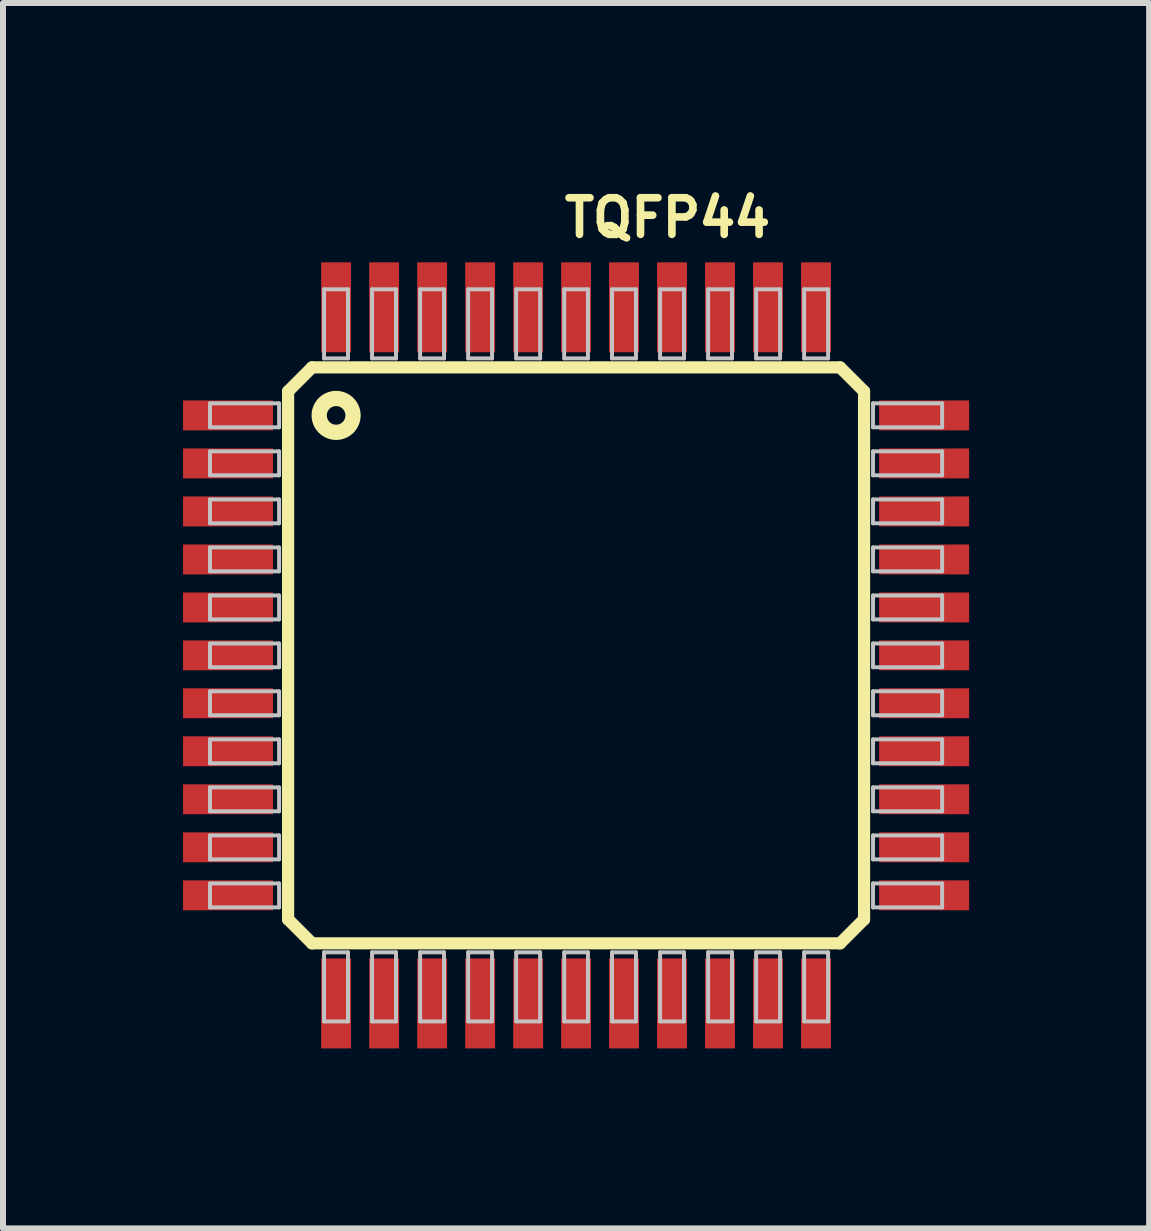
<source format=kicad_pcb>
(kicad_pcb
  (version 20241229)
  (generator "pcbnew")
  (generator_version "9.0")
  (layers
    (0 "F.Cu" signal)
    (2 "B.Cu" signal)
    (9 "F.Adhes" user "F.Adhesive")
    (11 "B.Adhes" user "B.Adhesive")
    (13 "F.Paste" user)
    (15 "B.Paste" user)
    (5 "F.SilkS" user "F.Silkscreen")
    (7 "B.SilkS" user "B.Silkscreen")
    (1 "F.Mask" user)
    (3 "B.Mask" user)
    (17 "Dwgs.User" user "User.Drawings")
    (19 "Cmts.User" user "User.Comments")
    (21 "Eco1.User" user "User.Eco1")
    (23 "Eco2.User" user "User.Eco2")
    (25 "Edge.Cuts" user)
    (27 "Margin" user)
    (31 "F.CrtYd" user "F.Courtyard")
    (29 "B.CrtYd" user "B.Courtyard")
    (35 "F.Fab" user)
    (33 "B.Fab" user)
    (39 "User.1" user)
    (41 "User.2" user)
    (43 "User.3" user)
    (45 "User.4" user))
  (footprint "TQFP44"
    (layer "F.Cu")
    (at 6.548 7.869)
    (property "Reference" "TQFP44" (at 1.524 -7.29 0) (layer "F.SilkS") (effects (font (size 0.61 0.61) (thickness 0.127))))
    (attr smd)
    (fp_line (start -4.798 -4.399) (end -4.399 -4.798) (stroke (width 0.203) (type solid)) (layer "F.SilkS"))
    (fp_line (start -4.798 4.399) (end -4.798 -4.399) (stroke (width 0.203) (type solid)) (layer "F.SilkS"))
    (fp_line (start -4.399 -4.798) (end 4.399 -4.798) (stroke (width 0.203) (type solid)) (layer "F.SilkS"))
    (fp_line (start -4.399 4.798) (end -4.798 4.399) (stroke (width 0.203) (type solid)) (layer "F.SilkS"))
    (fp_line (start 4.399 -4.798) (end 4.798 -4.399) (stroke (width 0.203) (type solid)) (layer "F.SilkS"))
    (fp_line (start 4.399 4.798) (end -4.399 4.798) (stroke (width 0.203) (type solid)) (layer "F.SilkS"))
    (fp_line (start 4.798 -4.399) (end 4.798 4.399) (stroke (width 0.203) (type solid)) (layer "F.SilkS"))
    (fp_line (start 4.798 4.399) (end 4.399 4.798) (stroke (width 0.203) (type solid)) (layer "F.SilkS"))
    (fp_circle (center -3.998 -3.998) (end -3.998 -4.28) (stroke (width 0.254) (type solid)) (fill no) (layer "F.SilkS"))
    (fp_line (start -6.099 -4.199) (end -4.948 -4.199) (stroke (width 0.066) (type solid)) (layer "Dwgs.User"))
    (fp_line (start -6.099 -3.8) (end -6.099 -4.199) (stroke (width 0.066) (type solid)) (layer "Dwgs.User"))
    (fp_line (start -6.099 -3.8) (end -4.948 -3.8) (stroke (width 0.066) (type solid)) (layer "Dwgs.User"))
    (fp_line (start -6.099 -3.399) (end -4.948 -3.399) (stroke (width 0.066) (type solid)) (layer "Dwgs.User"))
    (fp_line (start -6.099 -3) (end -6.099 -3.399) (stroke (width 0.066) (type solid)) (layer "Dwgs.User"))
    (fp_line (start -6.099 -3) (end -4.948 -3) (stroke (width 0.066) (type solid)) (layer "Dwgs.User"))
    (fp_line (start -6.099 -2.598) (end -4.948 -2.598) (stroke (width 0.066) (type solid)) (layer "Dwgs.User"))
    (fp_line (start -6.099 -2.2) (end -6.099 -2.598) (stroke (width 0.066) (type solid)) (layer "Dwgs.User"))
    (fp_line (start -6.099 -2.2) (end -4.948 -2.2) (stroke (width 0.066) (type solid)) (layer "Dwgs.User"))
    (fp_line (start -6.099 -1.798) (end -4.948 -1.798) (stroke (width 0.066) (type solid)) (layer "Dwgs.User"))
    (fp_line (start -6.099 -1.4) (end -6.099 -1.798) (stroke (width 0.066) (type solid)) (layer "Dwgs.User"))
    (fp_line (start -6.099 -1.4) (end -4.948 -1.4) (stroke (width 0.066) (type solid)) (layer "Dwgs.User"))
    (fp_line (start -6.099 -0.998) (end -4.948 -0.998) (stroke (width 0.066) (type solid)) (layer "Dwgs.User"))
    (fp_line (start -6.099 -0.599) (end -6.099 -0.998) (stroke (width 0.066) (type solid)) (layer "Dwgs.User"))
    (fp_line (start -6.099 -0.599) (end -4.948 -0.599) (stroke (width 0.066) (type solid)) (layer "Dwgs.User"))
    (fp_line (start -6.099 -0.198) (end -4.948 -0.198) (stroke (width 0.066) (type solid)) (layer "Dwgs.User"))
    (fp_line (start -6.099 0.198) (end -6.099 -0.198) (stroke (width 0.066) (type solid)) (layer "Dwgs.User"))
    (fp_line (start -6.099 0.198) (end -4.948 0.198) (stroke (width 0.066) (type solid)) (layer "Dwgs.User"))
    (fp_line (start -6.099 0.599) (end -4.948 0.599) (stroke (width 0.066) (type solid)) (layer "Dwgs.User"))
    (fp_line (start -6.099 0.998) (end -6.099 0.599) (stroke (width 0.066) (type solid)) (layer "Dwgs.User"))
    (fp_line (start -6.099 0.998) (end -4.948 0.998) (stroke (width 0.066) (type solid)) (layer "Dwgs.User"))
    (fp_line (start -6.099 1.4) (end -4.948 1.4) (stroke (width 0.066) (type solid)) (layer "Dwgs.User"))
    (fp_line (start -6.099 1.798) (end -6.099 1.4) (stroke (width 0.066) (type solid)) (layer "Dwgs.User"))
    (fp_line (start -6.099 1.798) (end -4.948 1.798) (stroke (width 0.066) (type solid)) (layer "Dwgs.User"))
    (fp_line (start -6.099 2.2) (end -4.948 2.2) (stroke (width 0.066) (type solid)) (layer "Dwgs.User"))
    (fp_line (start -6.099 2.598) (end -6.099 2.2) (stroke (width 0.066) (type solid)) (layer "Dwgs.User"))
    (fp_line (start -6.099 2.598) (end -4.948 2.598) (stroke (width 0.066) (type solid)) (layer "Dwgs.User"))
    (fp_line (start -6.099 3) (end -4.948 3) (stroke (width 0.066) (type solid)) (layer "Dwgs.User"))
    (fp_line (start -6.099 3.399) (end -6.099 3) (stroke (width 0.066) (type solid)) (layer "Dwgs.User"))
    (fp_line (start -6.099 3.399) (end -4.948 3.399) (stroke (width 0.066) (type solid)) (layer "Dwgs.User"))
    (fp_line (start -6.099 3.8) (end -4.948 3.8) (stroke (width 0.066) (type solid)) (layer "Dwgs.User"))
    (fp_line (start -6.099 4.199) (end -6.099 3.8) (stroke (width 0.066) (type solid)) (layer "Dwgs.User"))
    (fp_line (start -6.099 4.199) (end -4.948 4.199) (stroke (width 0.066) (type solid)) (layer "Dwgs.User"))
    (fp_line (start -4.948 -3.8) (end -4.948 -4.199) (stroke (width 0.066) (type solid)) (layer "Dwgs.User"))
    (fp_line (start -4.948 -3) (end -4.948 -3.399) (stroke (width 0.066) (type solid)) (layer "Dwgs.User"))
    (fp_line (start -4.948 -2.2) (end -4.948 -2.598) (stroke (width 0.066) (type solid)) (layer "Dwgs.User"))
    (fp_line (start -4.948 -1.4) (end -4.948 -1.798) (stroke (width 0.066) (type solid)) (layer "Dwgs.User"))
    (fp_line (start -4.948 -0.599) (end -4.948 -0.998) (stroke (width 0.066) (type solid)) (layer "Dwgs.User"))
    (fp_line (start -4.948 0.198) (end -4.948 -0.198) (stroke (width 0.066) (type solid)) (layer "Dwgs.User"))
    (fp_line (start -4.948 0.998) (end -4.948 0.599) (stroke (width 0.066) (type solid)) (layer "Dwgs.User"))
    (fp_line (start -4.948 1.798) (end -4.948 1.4) (stroke (width 0.066) (type solid)) (layer "Dwgs.User"))
    (fp_line (start -4.948 2.598) (end -4.948 2.2) (stroke (width 0.066) (type solid)) (layer "Dwgs.User"))
    (fp_line (start -4.948 3.399) (end -4.948 3) (stroke (width 0.066) (type solid)) (layer "Dwgs.User"))
    (fp_line (start -4.948 4.199) (end -4.948 3.8) (stroke (width 0.066) (type solid)) (layer "Dwgs.User"))
    (fp_line (start -4.199 -6.099) (end -3.8 -6.099) (stroke (width 0.066) (type solid)) (layer "Dwgs.User"))
    (fp_line (start -4.199 -4.948) (end -4.199 -6.099) (stroke (width 0.066) (type solid)) (layer "Dwgs.User"))
    (fp_line (start -4.199 -4.948) (end -3.8 -4.948) (stroke (width 0.066) (type solid)) (layer "Dwgs.User"))
    (fp_line (start -4.199 4.948) (end -3.8 4.948) (stroke (width 0.066) (type solid)) (layer "Dwgs.User"))
    (fp_line (start -4.199 6.099) (end -4.199 4.948) (stroke (width 0.066) (type solid)) (layer "Dwgs.User"))
    (fp_line (start -4.199 6.099) (end -3.8 6.099) (stroke (width 0.066) (type solid)) (layer "Dwgs.User"))
    (fp_line (start -3.8 -4.948) (end -3.8 -6.099) (stroke (width 0.066) (type solid)) (layer "Dwgs.User"))
    (fp_line (start -3.8 6.099) (end -3.8 4.948) (stroke (width 0.066) (type solid)) (layer "Dwgs.User"))
    (fp_line (start -3.399 -6.099) (end -3 -6.099) (stroke (width 0.066) (type solid)) (layer "Dwgs.User"))
    (fp_line (start -3.399 -4.948) (end -3.399 -6.099) (stroke (width 0.066) (type solid)) (layer "Dwgs.User"))
    (fp_line (start -3.399 -4.948) (end -3 -4.948) (stroke (width 0.066) (type solid)) (layer "Dwgs.User"))
    (fp_line (start -3.399 4.948) (end -3 4.948) (stroke (width 0.066) (type solid)) (layer "Dwgs.User"))
    (fp_line (start -3.399 6.099) (end -3.399 4.948) (stroke (width 0.066) (type solid)) (layer "Dwgs.User"))
    (fp_line (start -3.399 6.099) (end -3 6.099) (stroke (width 0.066) (type solid)) (layer "Dwgs.User"))
    (fp_line (start -3 -4.948) (end -3 -6.099) (stroke (width 0.066) (type solid)) (layer "Dwgs.User"))
    (fp_line (start -3 6.099) (end -3 4.948) (stroke (width 0.066) (type solid)) (layer "Dwgs.User"))
    (fp_line (start -2.598 -6.099) (end -2.2 -6.099) (stroke (width 0.066) (type solid)) (layer "Dwgs.User"))
    (fp_line (start -2.598 -4.948) (end -2.598 -6.099) (stroke (width 0.066) (type solid)) (layer "Dwgs.User"))
    (fp_line (start -2.598 -4.948) (end -2.2 -4.948) (stroke (width 0.066) (type solid)) (layer "Dwgs.User"))
    (fp_line (start -2.598 4.948) (end -2.2 4.948) (stroke (width 0.066) (type solid)) (layer "Dwgs.User"))
    (fp_line (start -2.598 6.099) (end -2.598 4.948) (stroke (width 0.066) (type solid)) (layer "Dwgs.User"))
    (fp_line (start -2.598 6.099) (end -2.2 6.099) (stroke (width 0.066) (type solid)) (layer "Dwgs.User"))
    (fp_line (start -2.2 -4.948) (end -2.2 -6.099) (stroke (width 0.066) (type solid)) (layer "Dwgs.User"))
    (fp_line (start -2.2 6.099) (end -2.2 4.948) (stroke (width 0.066) (type solid)) (layer "Dwgs.User"))
    (fp_line (start -1.798 -6.099) (end -1.4 -6.099) (stroke (width 0.066) (type solid)) (layer "Dwgs.User"))
    (fp_line (start -1.798 -4.948) (end -1.798 -6.099) (stroke (width 0.066) (type solid)) (layer "Dwgs.User"))
    (fp_line (start -1.798 -4.948) (end -1.4 -4.948) (stroke (width 0.066) (type solid)) (layer "Dwgs.User"))
    (fp_line (start -1.798 4.948) (end -1.4 4.948) (stroke (width 0.066) (type solid)) (layer "Dwgs.User"))
    (fp_line (start -1.798 6.099) (end -1.798 4.948) (stroke (width 0.066) (type solid)) (layer "Dwgs.User"))
    (fp_line (start -1.798 6.099) (end -1.4 6.099) (stroke (width 0.066) (type solid)) (layer "Dwgs.User"))
    (fp_line (start -1.4 -4.948) (end -1.4 -6.099) (stroke (width 0.066) (type solid)) (layer "Dwgs.User"))
    (fp_line (start -1.4 6.099) (end -1.4 4.948) (stroke (width 0.066) (type solid)) (layer "Dwgs.User"))
    (fp_line (start -0.998 -6.099) (end -0.599 -6.099) (stroke (width 0.066) (type solid)) (layer "Dwgs.User"))
    (fp_line (start -0.998 -4.948) (end -0.998 -6.099) (stroke (width 0.066) (type solid)) (layer "Dwgs.User"))
    (fp_line (start -0.998 -4.948) (end -0.599 -4.948) (stroke (width 0.066) (type solid)) (layer "Dwgs.User"))
    (fp_line (start -0.998 4.948) (end -0.599 4.948) (stroke (width 0.066) (type solid)) (layer "Dwgs.User"))
    (fp_line (start -0.998 6.099) (end -0.998 4.948) (stroke (width 0.066) (type solid)) (layer "Dwgs.User"))
    (fp_line (start -0.998 6.099) (end -0.599 6.099) (stroke (width 0.066) (type solid)) (layer "Dwgs.User"))
    (fp_line (start -0.599 -4.948) (end -0.599 -6.099) (stroke (width 0.066) (type solid)) (layer "Dwgs.User"))
    (fp_line (start -0.599 6.099) (end -0.599 4.948) (stroke (width 0.066) (type solid)) (layer "Dwgs.User"))
    (fp_line (start -0.198 -6.099) (end 0.198 -6.099) (stroke (width 0.066) (type solid)) (layer "Dwgs.User"))
    (fp_line (start -0.198 -4.948) (end -0.198 -6.099) (stroke (width 0.066) (type solid)) (layer "Dwgs.User"))
    (fp_line (start -0.198 -4.948) (end 0.198 -4.948) (stroke (width 0.066) (type solid)) (layer "Dwgs.User"))
    (fp_line (start -0.198 4.948) (end 0.198 4.948) (stroke (width 0.066) (type solid)) (layer "Dwgs.User"))
    (fp_line (start -0.198 6.099) (end -0.198 4.948) (stroke (width 0.066) (type solid)) (layer "Dwgs.User"))
    (fp_line (start -0.198 6.099) (end 0.198 6.099) (stroke (width 0.066) (type solid)) (layer "Dwgs.User"))
    (fp_line (start 0.198 -4.948) (end 0.198 -6.099) (stroke (width 0.066) (type solid)) (layer "Dwgs.User"))
    (fp_line (start 0.198 6.099) (end 0.198 4.948) (stroke (width 0.066) (type solid)) (layer "Dwgs.User"))
    (fp_line (start 0.599 -6.099) (end 0.998 -6.099) (stroke (width 0.066) (type solid)) (layer "Dwgs.User"))
    (fp_line (start 0.599 -4.948) (end 0.599 -6.099) (stroke (width 0.066) (type solid)) (layer "Dwgs.User"))
    (fp_line (start 0.599 -4.948) (end 0.998 -4.948) (stroke (width 0.066) (type solid)) (layer "Dwgs.User"))
    (fp_line (start 0.599 4.948) (end 0.998 4.948) (stroke (width 0.066) (type solid)) (layer "Dwgs.User"))
    (fp_line (start 0.599 6.099) (end 0.599 4.948) (stroke (width 0.066) (type solid)) (layer "Dwgs.User"))
    (fp_line (start 0.599 6.099) (end 0.998 6.099) (stroke (width 0.066) (type solid)) (layer "Dwgs.User"))
    (fp_line (start 0.998 -4.948) (end 0.998 -6.099) (stroke (width 0.066) (type solid)) (layer "Dwgs.User"))
    (fp_line (start 0.998 6.099) (end 0.998 4.948) (stroke (width 0.066) (type solid)) (layer "Dwgs.User"))
    (fp_line (start 1.4 -6.099) (end 1.798 -6.099) (stroke (width 0.066) (type solid)) (layer "Dwgs.User"))
    (fp_line (start 1.4 -4.948) (end 1.4 -6.099) (stroke (width 0.066) (type solid)) (layer "Dwgs.User"))
    (fp_line (start 1.4 -4.948) (end 1.798 -4.948) (stroke (width 0.066) (type solid)) (layer "Dwgs.User"))
    (fp_line (start 1.4 4.948) (end 1.798 4.948) (stroke (width 0.066) (type solid)) (layer "Dwgs.User"))
    (fp_line (start 1.4 6.099) (end 1.4 4.948) (stroke (width 0.066) (type solid)) (layer "Dwgs.User"))
    (fp_line (start 1.4 6.099) (end 1.798 6.099) (stroke (width 0.066) (type solid)) (layer "Dwgs.User"))
    (fp_line (start 1.798 -4.948) (end 1.798 -6.099) (stroke (width 0.066) (type solid)) (layer "Dwgs.User"))
    (fp_line (start 1.798 6.099) (end 1.798 4.948) (stroke (width 0.066) (type solid)) (layer "Dwgs.User"))
    (fp_line (start 2.2 -6.099) (end 2.598 -6.099) (stroke (width 0.066) (type solid)) (layer "Dwgs.User"))
    (fp_line (start 2.2 -4.948) (end 2.2 -6.099) (stroke (width 0.066) (type solid)) (layer "Dwgs.User"))
    (fp_line (start 2.2 -4.948) (end 2.598 -4.948) (stroke (width 0.066) (type solid)) (layer "Dwgs.User"))
    (fp_line (start 2.2 4.948) (end 2.598 4.948) (stroke (width 0.066) (type solid)) (layer "Dwgs.User"))
    (fp_line (start 2.2 6.099) (end 2.2 4.948) (stroke (width 0.066) (type solid)) (layer "Dwgs.User"))
    (fp_line (start 2.2 6.099) (end 2.598 6.099) (stroke (width 0.066) (type solid)) (layer "Dwgs.User"))
    (fp_line (start 2.598 -4.948) (end 2.598 -6.099) (stroke (width 0.066) (type solid)) (layer "Dwgs.User"))
    (fp_line (start 2.598 6.099) (end 2.598 4.948) (stroke (width 0.066) (type solid)) (layer "Dwgs.User"))
    (fp_line (start 3 -6.099) (end 3.399 -6.099) (stroke (width 0.066) (type solid)) (layer "Dwgs.User"))
    (fp_line (start 3 -4.948) (end 3 -6.099) (stroke (width 0.066) (type solid)) (layer "Dwgs.User"))
    (fp_line (start 3 -4.948) (end 3.399 -4.948) (stroke (width 0.066) (type solid)) (layer "Dwgs.User"))
    (fp_line (start 3 4.948) (end 3.399 4.948) (stroke (width 0.066) (type solid)) (layer "Dwgs.User"))
    (fp_line (start 3 6.099) (end 3 4.948) (stroke (width 0.066) (type solid)) (layer "Dwgs.User"))
    (fp_line (start 3 6.099) (end 3.399 6.099) (stroke (width 0.066) (type solid)) (layer "Dwgs.User"))
    (fp_line (start 3.399 -4.948) (end 3.399 -6.099) (stroke (width 0.066) (type solid)) (layer "Dwgs.User"))
    (fp_line (start 3.399 6.099) (end 3.399 4.948) (stroke (width 0.066) (type solid)) (layer "Dwgs.User"))
    (fp_line (start 3.8 -6.099) (end 4.199 -6.099) (stroke (width 0.066) (type solid)) (layer "Dwgs.User"))
    (fp_line (start 3.8 -4.948) (end 3.8 -6.099) (stroke (width 0.066) (type solid)) (layer "Dwgs.User"))
    (fp_line (start 3.8 -4.948) (end 4.199 -4.948) (stroke (width 0.066) (type solid)) (layer "Dwgs.User"))
    (fp_line (start 3.8 4.948) (end 4.199 4.948) (stroke (width 0.066) (type solid)) (layer "Dwgs.User"))
    (fp_line (start 3.8 6.099) (end 3.8 4.948) (stroke (width 0.066) (type solid)) (layer "Dwgs.User"))
    (fp_line (start 3.8 6.099) (end 4.199 6.099) (stroke (width 0.066) (type solid)) (layer "Dwgs.User"))
    (fp_line (start 4.199 -4.948) (end 4.199 -6.099) (stroke (width 0.066) (type solid)) (layer "Dwgs.User"))
    (fp_line (start 4.199 6.099) (end 4.199 4.948) (stroke (width 0.066) (type solid)) (layer "Dwgs.User"))
    (fp_line (start 4.948 -4.199) (end 6.099 -4.199) (stroke (width 0.066) (type solid)) (layer "Dwgs.User"))
    (fp_line (start 4.948 -3.8) (end 4.948 -4.199) (stroke (width 0.066) (type solid)) (layer "Dwgs.User"))
    (fp_line (start 4.948 -3.8) (end 6.099 -3.8) (stroke (width 0.066) (type solid)) (layer "Dwgs.User"))
    (fp_line (start 4.948 -3.399) (end 6.099 -3.399) (stroke (width 0.066) (type solid)) (layer "Dwgs.User"))
    (fp_line (start 4.948 -3) (end 4.948 -3.399) (stroke (width 0.066) (type solid)) (layer "Dwgs.User"))
    (fp_line (start 4.948 -3) (end 6.099 -3) (stroke (width 0.066) (type solid)) (layer "Dwgs.User"))
    (fp_line (start 4.948 -2.598) (end 6.099 -2.598) (stroke (width 0.066) (type solid)) (layer "Dwgs.User"))
    (fp_line (start 4.948 -2.2) (end 4.948 -2.598) (stroke (width 0.066) (type solid)) (layer "Dwgs.User"))
    (fp_line (start 4.948 -2.2) (end 6.099 -2.2) (stroke (width 0.066) (type solid)) (layer "Dwgs.User"))
    (fp_line (start 4.948 -1.798) (end 6.099 -1.798) (stroke (width 0.066) (type solid)) (layer "Dwgs.User"))
    (fp_line (start 4.948 -1.4) (end 4.948 -1.798) (stroke (width 0.066) (type solid)) (layer "Dwgs.User"))
    (fp_line (start 4.948 -1.4) (end 6.099 -1.4) (stroke (width 0.066) (type solid)) (layer "Dwgs.User"))
    (fp_line (start 4.948 -0.998) (end 6.099 -0.998) (stroke (width 0.066) (type solid)) (layer "Dwgs.User"))
    (fp_line (start 4.948 -0.599) (end 4.948 -0.998) (stroke (width 0.066) (type solid)) (layer "Dwgs.User"))
    (fp_line (start 4.948 -0.599) (end 6.099 -0.599) (stroke (width 0.066) (type solid)) (layer "Dwgs.User"))
    (fp_line (start 4.948 -0.198) (end 6.099 -0.198) (stroke (width 0.066) (type solid)) (layer "Dwgs.User"))
    (fp_line (start 4.948 0.198) (end 4.948 -0.198) (stroke (width 0.066) (type solid)) (layer "Dwgs.User"))
    (fp_line (start 4.948 0.198) (end 6.099 0.198) (stroke (width 0.066) (type solid)) (layer "Dwgs.User"))
    (fp_line (start 4.948 0.599) (end 6.099 0.599) (stroke (width 0.066) (type solid)) (layer "Dwgs.User"))
    (fp_line (start 4.948 0.998) (end 4.948 0.599) (stroke (width 0.066) (type solid)) (layer "Dwgs.User"))
    (fp_line (start 4.948 0.998) (end 6.099 0.998) (stroke (width 0.066) (type solid)) (layer "Dwgs.User"))
    (fp_line (start 4.948 1.4) (end 6.099 1.4) (stroke (width 0.066) (type solid)) (layer "Dwgs.User"))
    (fp_line (start 4.948 1.798) (end 4.948 1.4) (stroke (width 0.066) (type solid)) (layer "Dwgs.User"))
    (fp_line (start 4.948 1.798) (end 6.099 1.798) (stroke (width 0.066) (type solid)) (layer "Dwgs.User"))
    (fp_line (start 4.948 2.2) (end 6.099 2.2) (stroke (width 0.066) (type solid)) (layer "Dwgs.User"))
    (fp_line (start 4.948 2.598) (end 4.948 2.2) (stroke (width 0.066) (type solid)) (layer "Dwgs.User"))
    (fp_line (start 4.948 2.598) (end 6.099 2.598) (stroke (width 0.066) (type solid)) (layer "Dwgs.User"))
    (fp_line (start 4.948 3) (end 6.099 3) (stroke (width 0.066) (type solid)) (layer "Dwgs.User"))
    (fp_line (start 4.948 3.399) (end 4.948 3) (stroke (width 0.066) (type solid)) (layer "Dwgs.User"))
    (fp_line (start 4.948 3.399) (end 6.099 3.399) (stroke (width 0.066) (type solid)) (layer "Dwgs.User"))
    (fp_line (start 4.948 3.8) (end 6.099 3.8) (stroke (width 0.066) (type solid)) (layer "Dwgs.User"))
    (fp_line (start 4.948 4.199) (end 4.948 3.8) (stroke (width 0.066) (type solid)) (layer "Dwgs.User"))
    (fp_line (start 4.948 4.199) (end 6.099 4.199) (stroke (width 0.066) (type solid)) (layer "Dwgs.User"))
    (fp_line (start 6.099 -3.8) (end 6.099 -4.199) (stroke (width 0.066) (type solid)) (layer "Dwgs.User"))
    (fp_line (start 6.099 -3) (end 6.099 -3.399) (stroke (width 0.066) (type solid)) (layer "Dwgs.User"))
    (fp_line (start 6.099 -2.2) (end 6.099 -2.598) (stroke (width 0.066) (type solid)) (layer "Dwgs.User"))
    (fp_line (start 6.099 -1.4) (end 6.099 -1.798) (stroke (width 0.066) (type solid)) (layer "Dwgs.User"))
    (fp_line (start 6.099 -0.599) (end 6.099 -0.998) (stroke (width 0.066) (type solid)) (layer "Dwgs.User"))
    (fp_line (start 6.099 0.198) (end 6.099 -0.198) (stroke (width 0.066) (type solid)) (layer "Dwgs.User"))
    (fp_line (start 6.099 0.998) (end 6.099 0.599) (stroke (width 0.066) (type solid)) (layer "Dwgs.User"))
    (fp_line (start 6.099 1.798) (end 6.099 1.4) (stroke (width 0.066) (type solid)) (layer "Dwgs.User"))
    (fp_line (start 6.099 2.598) (end 6.099 2.2) (stroke (width 0.066) (type solid)) (layer "Dwgs.User"))
    (fp_line (start 6.099 3.399) (end 6.099 3) (stroke (width 0.066) (type solid)) (layer "Dwgs.User"))
    (fp_line (start 6.099 4.199) (end 6.099 3.8) (stroke (width 0.066) (type solid)) (layer "Dwgs.User"))
    (pad "1" smd rect (at -5.799 -3.998) (size 1.499 0.498) (layers "F.Cu" "F.Mask" "F.Paste"))
    (pad "2" smd rect (at -5.799 -3.198) (size 1.499 0.498) (layers "F.Cu" "F.Mask" "F.Paste"))
    (pad "3" smd rect (at -5.799 -2.398) (size 1.499 0.498) (layers "F.Cu" "F.Mask" "F.Paste"))
    (pad "4" smd rect (at -5.799 -1.598) (size 1.499 0.498) (layers "F.Cu" "F.Mask" "F.Paste"))
    (pad "5" smd rect (at -5.799 -0.798) (size 1.499 0.498) (layers "F.Cu" "F.Mask" "F.Paste"))
    (pad "6" smd rect (at -5.799 0) (size 1.499 0.498) (layers "F.Cu" "F.Mask" "F.Paste"))
    (pad "7" smd rect (at -5.799 0.798) (size 1.499 0.498) (layers "F.Cu" "F.Mask" "F.Paste"))
    (pad "8" smd rect (at -5.799 1.598) (size 1.499 0.498) (layers "F.Cu" "F.Mask" "F.Paste"))
    (pad "9" smd rect (at -5.799 2.398) (size 1.499 0.498) (layers "F.Cu" "F.Mask" "F.Paste"))
    (pad "10" smd rect (at -5.799 3.198) (size 1.499 0.498) (layers "F.Cu" "F.Mask" "F.Paste"))
    (pad "11" smd rect (at -5.799 3.998) (size 1.499 0.498) (layers "F.Cu" "F.Mask" "F.Paste"))
    (pad "12" smd rect (at -3.998 5.799) (size 0.498 1.499) (layers "F.Cu" "F.Mask" "F.Paste"))
    (pad "13" smd rect (at -3.198 5.799) (size 0.498 1.499) (layers "F.Cu" "F.Mask" "F.Paste"))
    (pad "14" smd rect (at -2.398 5.799) (size 0.498 1.499) (layers "F.Cu" "F.Mask" "F.Paste"))
    (pad "15" smd rect (at -1.598 5.799) (size 0.498 1.499) (layers "F.Cu" "F.Mask" "F.Paste"))
    (pad "16" smd rect (at -0.798 5.799) (size 0.498 1.499) (layers "F.Cu" "F.Mask" "F.Paste"))
    (pad "17" smd rect (at 0 5.799) (size 0.498 1.499) (layers "F.Cu" "F.Mask" "F.Paste"))
    (pad "18" smd rect (at 0.798 5.799) (size 0.498 1.499) (layers "F.Cu" "F.Mask" "F.Paste"))
    (pad "19" smd rect (at 1.598 5.799) (size 0.498 1.499) (layers "F.Cu" "F.Mask" "F.Paste"))
    (pad "20" smd rect (at 2.398 5.799) (size 0.498 1.499) (layers "F.Cu" "F.Mask" "F.Paste"))
    (pad "21" smd rect (at 3.198 5.799) (size 0.498 1.499) (layers "F.Cu" "F.Mask" "F.Paste"))
    (pad "22" smd rect (at 3.998 5.799) (size 0.498 1.499) (layers "F.Cu" "F.Mask" "F.Paste"))
    (pad "23" smd rect (at 5.799 3.998) (size 1.499 0.498) (layers "F.Cu" "F.Mask" "F.Paste"))
    (pad "24" smd rect (at 5.799 3.198) (size 1.499 0.498) (layers "F.Cu" "F.Mask" "F.Paste"))
    (pad "25" smd rect (at 5.799 2.398) (size 1.499 0.498) (layers "F.Cu" "F.Mask" "F.Paste"))
    (pad "26" smd rect (at 5.799 1.598) (size 1.499 0.498) (layers "F.Cu" "F.Mask" "F.Paste"))
    (pad "27" smd rect (at 5.799 0.798) (size 1.499 0.498) (layers "F.Cu" "F.Mask" "F.Paste"))
    (pad "28" smd rect (at 5.799 0) (size 1.499 0.498) (layers "F.Cu" "F.Mask" "F.Paste"))
    (pad "29" smd rect (at 5.799 -0.798) (size 1.499 0.498) (layers "F.Cu" "F.Mask" "F.Paste"))
    (pad "30" smd rect (at 5.799 -1.598) (size 1.499 0.498) (layers "F.Cu" "F.Mask" "F.Paste"))
    (pad "31" smd rect (at 5.799 -2.398) (size 1.499 0.498) (layers "F.Cu" "F.Mask" "F.Paste"))
    (pad "32" smd rect (at 5.799 -3.198) (size 1.499 0.498) (layers "F.Cu" "F.Mask" "F.Paste"))
    (pad "33" smd rect (at 5.799 -3.998) (size 1.499 0.498) (layers "F.Cu" "F.Mask" "F.Paste"))
    (pad "34" smd rect (at 3.998 -5.799) (size 0.498 1.499) (layers "F.Cu" "F.Mask" "F.Paste"))
    (pad "35" smd rect (at 3.198 -5.799) (size 0.498 1.499) (layers "F.Cu" "F.Mask" "F.Paste"))
    (pad "36" smd rect (at 2.398 -5.799) (size 0.498 1.499) (layers "F.Cu" "F.Mask" "F.Paste"))
    (pad "37" smd rect (at 1.598 -5.799) (size 0.498 1.499) (layers "F.Cu" "F.Mask" "F.Paste"))
    (pad "38" smd rect (at 0.798 -5.799) (size 0.498 1.499) (layers "F.Cu" "F.Mask" "F.Paste"))
    (pad "39" smd rect (at 0 -5.799) (size 0.498 1.499) (layers "F.Cu" "F.Mask" "F.Paste"))
    (pad "40" smd rect (at -0.798 -5.799) (size 0.498 1.499) (layers "F.Cu" "F.Mask" "F.Paste"))
    (pad "41" smd rect (at -1.598 -5.799) (size 0.498 1.499) (layers "F.Cu" "F.Mask" "F.Paste"))
    (pad "42" smd rect (at -2.398 -5.799) (size 0.498 1.499) (layers "F.Cu" "F.Mask" "F.Paste"))
    (pad "43" smd rect (at -3.198 -5.799) (size 0.498 1.499) (layers "F.Cu" "F.Mask" "F.Paste"))
    (pad "44" smd rect (at -3.998 -5.799) (size 0.498 1.499) (layers "F.Cu" "F.Mask" "F.Paste")))
  (gr_rect
    (start -3 -3)
    (end 16.096 17.417)
    (stroke (width 0.1) (type default))
    (fill no)
    (layer "Edge.Cuts")))
</source>
